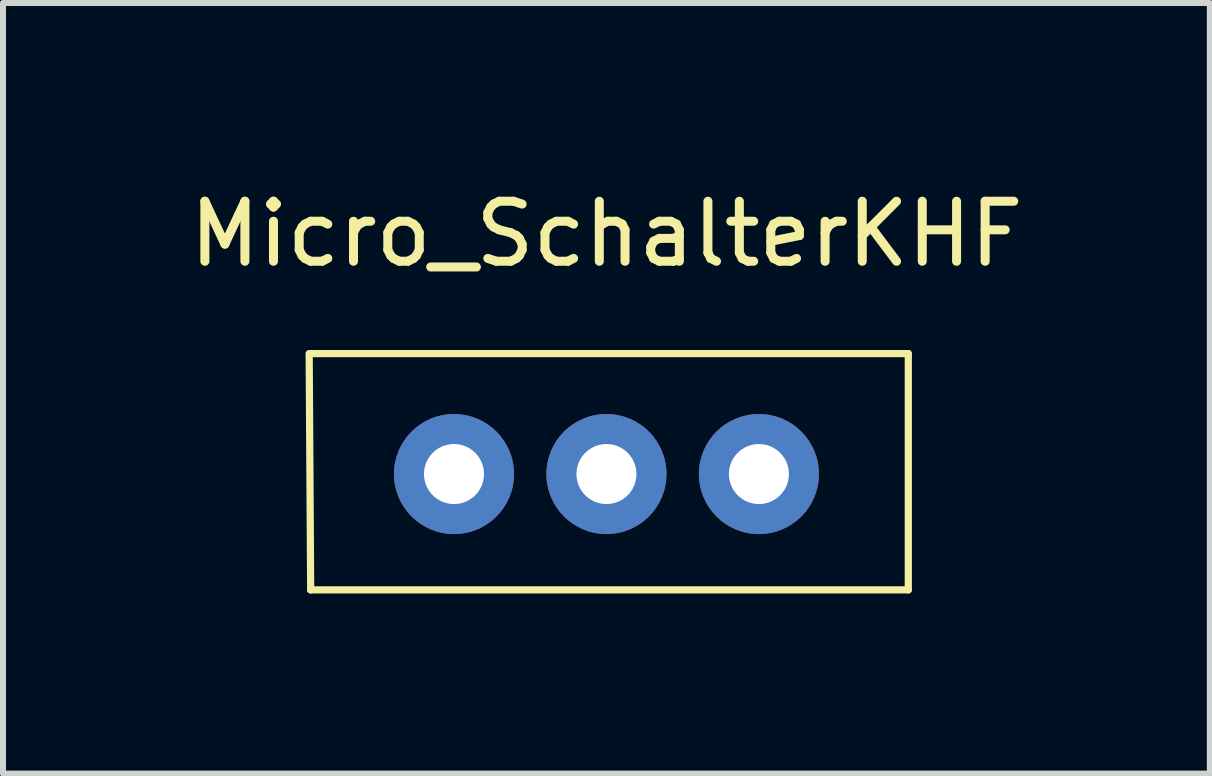
<source format=kicad_pcb>
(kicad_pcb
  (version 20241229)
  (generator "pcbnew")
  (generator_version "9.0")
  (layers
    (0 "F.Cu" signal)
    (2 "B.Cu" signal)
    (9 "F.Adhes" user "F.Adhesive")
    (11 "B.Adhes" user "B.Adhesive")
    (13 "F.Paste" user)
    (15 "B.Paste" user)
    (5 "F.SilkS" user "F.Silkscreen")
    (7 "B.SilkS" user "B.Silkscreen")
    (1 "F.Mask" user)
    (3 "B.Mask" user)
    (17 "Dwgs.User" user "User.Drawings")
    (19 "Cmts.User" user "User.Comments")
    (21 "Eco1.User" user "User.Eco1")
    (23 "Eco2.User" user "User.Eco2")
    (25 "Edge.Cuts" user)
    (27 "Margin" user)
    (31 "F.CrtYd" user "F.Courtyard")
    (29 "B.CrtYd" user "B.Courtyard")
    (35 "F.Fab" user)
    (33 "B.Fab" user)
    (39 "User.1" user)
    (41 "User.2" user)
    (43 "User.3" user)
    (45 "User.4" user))
  (footprint "Micro_SchalterKHF"
    (layer "F.Cu")
    (at 4.514 4.848)
    (property "Reference" "Micro_SchalterKHF" (at 2.54 -4 0) (layer "F.SilkS") (effects (font (size 1 1) (thickness 0.15))))
    (attr through_hole)
    (fp_line (start -2.388 -2.007) (end 7.569 -2.007) (stroke (width 0.12) (type solid)) (layer "F.SilkS"))
    (fp_line (start -2.388 1.93) (end -2.413 -2.007) (stroke (width 0.12) (type solid)) (layer "F.SilkS"))
    (fp_line (start 7.569 -2.007) (end 7.569 1.93) (stroke (width 0.12) (type solid)) (layer "F.SilkS"))
    (fp_line (start 7.569 1.93) (end -2.388 1.93) (stroke (width 0.12) (type solid)) (layer "F.SilkS"))
    (pad "1" thru_hole circle (at 0 0) (size 2 2) (drill 1) (layers "*.Cu" "*.Mask"))
    (pad "2" thru_hole circle (at 2.54 0) (size 2 2) (drill 1) (layers "*.Cu" "*.Mask"))
    (pad "3" thru_hole circle (at 5.08 0) (size 2 2) (drill 1) (layers "*.Cu" "*.Mask")))
  (gr_rect
    (start -3 -3)
    (end 17.107 9.839)
    (stroke (width 0.1) (type default))
    (fill no)
    (layer "Edge.Cuts")))
</source>
